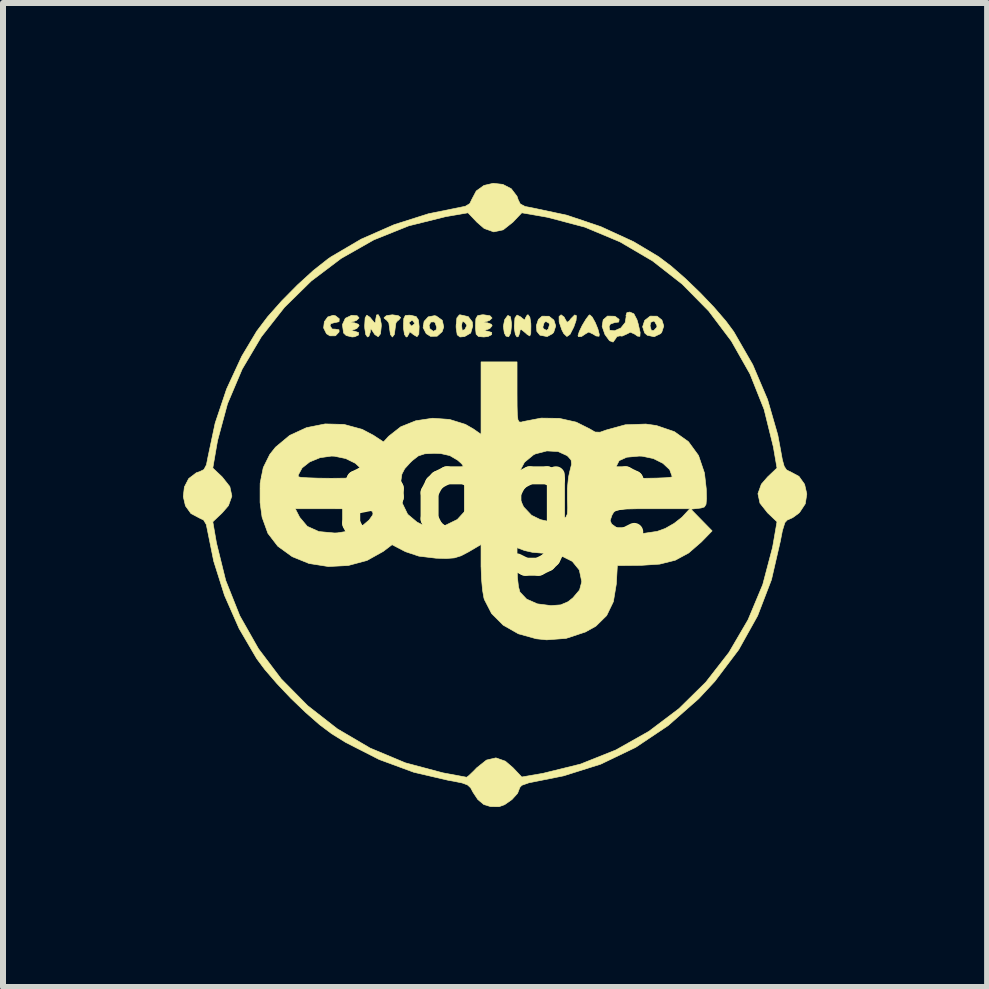
<source format=kicad_pcb>
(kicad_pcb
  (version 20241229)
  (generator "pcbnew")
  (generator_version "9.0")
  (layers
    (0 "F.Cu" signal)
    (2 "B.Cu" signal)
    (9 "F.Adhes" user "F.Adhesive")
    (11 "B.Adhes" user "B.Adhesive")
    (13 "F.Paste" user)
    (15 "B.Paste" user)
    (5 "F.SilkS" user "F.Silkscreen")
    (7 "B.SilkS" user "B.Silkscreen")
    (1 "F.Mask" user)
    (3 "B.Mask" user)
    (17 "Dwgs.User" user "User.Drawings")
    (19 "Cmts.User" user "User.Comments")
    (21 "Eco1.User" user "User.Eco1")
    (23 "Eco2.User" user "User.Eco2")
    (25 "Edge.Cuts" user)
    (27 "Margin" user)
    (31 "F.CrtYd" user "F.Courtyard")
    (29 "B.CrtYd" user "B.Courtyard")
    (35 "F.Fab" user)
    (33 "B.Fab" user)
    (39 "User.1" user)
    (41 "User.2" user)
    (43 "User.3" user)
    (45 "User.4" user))
  (footprint "edge"
    (layer "F.Cu")
    (at 5.199 5.199)
    (property "Reference" "edge" (at 0 0 0) (layer "F.SilkS") (effects (font (size 1.524 1.524) (thickness 0.3))))
    (attr through_hole)
    (fp_poly (pts (xy 0.26 -2.969) (xy 0.276 -2.865) (xy 0.277 -2.821) (xy 0.263 -2.697) (xy 0.229 -2.635) (xy 0.185 -2.647) (xy 0.157 -2.698) (xy 0.141 -2.809) (xy 0.162 -2.919) (xy 0.211 -2.987) (xy 0.219 -2.991) (xy 0.26 -2.969)) (stroke (width 0.01) (type solid)) (fill yes) (layer "F.SilkS"))
    (fp_poly (pts (xy 1.153 -2.965) (xy 1.174 -2.925) (xy 1.202 -2.877) (xy 1.24 -2.901) (xy 1.267 -2.937) (xy 1.33 -3) (xy 1.359 -2.987) (xy 1.353 -2.908) (xy 1.316 -2.801) (xy 1.253 -2.677) (xy 1.2 -2.64) (xy 1.147 -2.69) (xy 1.116 -2.75) (xy 1.071 -2.882) (xy 1.069 -2.973) (xy 1.103 -3.002) (xy 1.153 -2.965)) (stroke (width 0.01) (type solid)) (fill yes) (layer "F.SilkS"))
    (fp_poly (pts (xy 1.622 -2.964) (xy 1.673 -2.872) (xy 1.717 -2.765) (xy 1.74 -2.675) (xy 1.736 -2.644) (xy 1.686 -2.649) (xy 1.639 -2.679) (xy 1.564 -2.715) (xy 1.513 -2.686) (xy 1.444 -2.64) (xy 1.393 -2.637) (xy 1.385 -2.654) (xy 1.406 -2.722) (xy 1.455 -2.824) (xy 1.515 -2.924) (xy 1.565 -2.991) (xy 1.581 -3.002) (xy 1.622 -2.964)) (stroke (width 0.01) (type solid)) (fill yes) (layer "F.SilkS"))
    (fp_poly (pts (xy -2.656 -2.985) (xy -2.594 -2.936) (xy -2.598 -2.887) (xy -2.664 -2.872) (xy -2.667 -2.873) (xy -2.736 -2.854) (xy -2.748 -2.817) (xy -2.712 -2.765) (xy -2.662 -2.763) (xy -2.598 -2.752) (xy -2.597 -2.716) (xy -2.657 -2.652) (xy -2.749 -2.651) (xy -2.807 -2.686) (xy -2.855 -2.783) (xy -2.843 -2.886) (xy -2.786 -2.966) (xy -2.696 -2.994) (xy -2.656 -2.985)) (stroke (width 0.01) (type solid)) (fill yes) (layer "F.SilkS"))
    (fp_poly (pts (xy -1.611 -2.988) (xy -1.57 -2.956) (xy -1.57 -2.956) (xy -1.605 -2.911) (xy -1.616 -2.909) (xy -1.649 -2.869) (xy -1.663 -2.773) (xy -1.663 -2.771) (xy -1.676 -2.674) (xy -1.708 -2.632) (xy -1.709 -2.632) (xy -1.741 -2.672) (xy -1.755 -2.769) (xy -1.755 -2.771) (xy -1.768 -2.868) (xy -1.801 -2.909) (xy -1.801 -2.909) (xy -1.846 -2.945) (xy -1.847 -2.956) (xy -1.807 -2.988) (xy -1.71 -3.002) (xy -1.709 -3.002) (xy -1.611 -2.988)) (stroke (width 0.01) (type solid)) (fill yes) (layer "F.SilkS"))
    (fp_poly (pts (xy -0.976 -2.981) (xy -0.877 -2.91) (xy -0.853 -2.799) (xy -0.879 -2.721) (xy -0.963 -2.645) (xy -1.073 -2.643) (xy -1.145 -2.688) (xy -1.197 -2.789) (xy -1.191 -2.826) (xy -1.097 -2.826) (xy -1.085 -2.771) (xy -1.026 -2.726) (xy -0.978 -2.753) (xy -0.97 -2.791) (xy -0.996 -2.869) (xy -1.013 -2.884) (xy -1.068 -2.881) (xy -1.097 -2.826) (xy -1.191 -2.826) (xy -1.18 -2.892) (xy -1.111 -2.968) (xy -1.005 -2.988) (xy -0.976 -2.981)) (stroke (width 0.01) (type solid)) (fill yes) (layer "F.SilkS"))
    (fp_poly (pts (xy -0.444 -2.972) (xy -0.377 -2.883) (xy -0.369 -2.817) (xy -0.403 -2.698) (xy -0.506 -2.639) (xy -0.581 -2.632) (xy -0.628 -2.668) (xy -0.646 -2.782) (xy -0.647 -2.817) (xy -0.554 -2.817) (xy -0.545 -2.744) (xy -0.51 -2.751) (xy -0.499 -2.762) (xy -0.467 -2.825) (xy -0.499 -2.873) (xy -0.54 -2.895) (xy -0.554 -2.839) (xy -0.554 -2.817) (xy -0.647 -2.817) (xy -0.634 -2.949) (xy -0.593 -3) (xy -0.581 -3.002) (xy -0.444 -2.972)) (stroke (width 0.01) (type solid)) (fill yes) (layer "F.SilkS"))
    (fp_poly (pts (xy -2.295 -2.986) (xy -2.264 -2.95) (xy -2.307 -2.908) (xy -2.344 -2.895) (xy -2.401 -2.878) (xy -2.368 -2.87) (xy -2.344 -2.869) (xy -2.275 -2.844) (xy -2.263 -2.82) (xy -2.301 -2.774) (xy -2.344 -2.757) (xy -2.401 -2.739) (xy -2.368 -2.732) (xy -2.344 -2.73) (xy -2.272 -2.706) (xy -2.272 -2.666) (xy -2.337 -2.636) (xy -2.38 -2.632) (xy -2.478 -2.656) (xy -2.522 -2.698) (xy -2.542 -2.838) (xy -2.493 -2.944) (xy -2.39 -2.993) (xy -2.295 -2.986)) (stroke (width 0.01) (type solid)) (fill yes) (layer "F.SilkS"))
    (fp_poly (pts (xy 0.583 -2.961) (xy 0.599 -2.858) (xy 0.6 -2.81) (xy 0.598 -2.691) (xy 0.582 -2.65) (xy 0.541 -2.672) (xy 0.508 -2.702) (xy 0.441 -2.756) (xy 0.418 -2.746) (xy 0.416 -2.709) (xy 0.393 -2.643) (xy 0.369 -2.632) (xy 0.341 -2.673) (xy 0.324 -2.776) (xy 0.323 -2.817) (xy 0.334 -2.95) (xy 0.369 -2.998) (xy 0.433 -2.965) (xy 0.453 -2.946) (xy 0.498 -2.914) (xy 0.508 -2.946) (xy 0.538 -2.998) (xy 0.554 -3.002) (xy 0.583 -2.961)) (stroke (width 0.01) (type solid)) (fill yes) (layer "F.SilkS"))
    (fp_poly (pts (xy 0.901 -2.978) (xy 0.983 -2.914) (xy 1.014 -2.816) (xy 0.98 -2.71) (xy 0.961 -2.688) (xy 0.871 -2.639) (xy 0.753 -2.662) (xy 0.75 -2.663) (xy 0.699 -2.726) (xy 0.694 -2.797) (xy 0.799 -2.797) (xy 0.808 -2.771) (xy 0.859 -2.743) (xy 0.888 -2.763) (xy 0.91 -2.837) (xy 0.901 -2.863) (xy 0.849 -2.891) (xy 0.821 -2.871) (xy 0.799 -2.797) (xy 0.694 -2.797) (xy 0.692 -2.826) (xy 0.725 -2.925) (xy 0.787 -2.979) (xy 0.901 -2.978)) (stroke (width 0.01) (type solid)) (fill yes) (layer "F.SilkS"))
    (fp_poly (pts (xy 2.703 -2.979) (xy 2.784 -2.914) (xy 2.815 -2.815) (xy 2.781 -2.711) (xy 2.762 -2.688) (xy 2.654 -2.636) (xy 2.54 -2.661) (xy 2.496 -2.699) (xy 2.462 -2.802) (xy 2.467 -2.817) (xy 2.586 -2.817) (xy 2.607 -2.744) (xy 2.644 -2.736) (xy 2.698 -2.793) (xy 2.702 -2.817) (xy 2.665 -2.886) (xy 2.644 -2.898) (xy 2.598 -2.876) (xy 2.586 -2.817) (xy 2.467 -2.817) (xy 2.496 -2.908) (xy 2.586 -2.978) (xy 2.591 -2.98) (xy 2.703 -2.979)) (stroke (width 0.01) (type solid)) (fill yes) (layer "F.SilkS"))
    (fp_poly (pts (xy -1.914 -2.95) (xy -1.895 -2.853) (xy -1.893 -2.817) (xy -1.907 -2.685) (xy -1.945 -2.636) (xy -2.001 -2.672) (xy -2.028 -2.713) (xy -2.065 -2.769) (xy -2.076 -2.745) (xy -2.077 -2.713) (xy -2.1 -2.645) (xy -2.124 -2.632) (xy -2.153 -2.673) (xy -2.169 -2.776) (xy -2.171 -2.817) (xy -2.163 -2.95) (xy -2.135 -2.996) (xy -2.082 -2.96) (xy -2.05 -2.921) (xy -2.003 -2.865) (xy -1.989 -2.885) (xy -1.987 -2.921) (xy -1.973 -2.999) (xy -1.944 -3.004) (xy -1.914 -2.95)) (stroke (width 0.01) (type solid)) (fill yes) (layer "F.SilkS"))
    (fp_poly (pts (xy -0.082 -2.986) (xy -0.047 -2.948) (xy -0.09 -2.908) (xy -0.127 -2.895) (xy -0.184 -2.878) (xy -0.151 -2.87) (xy -0.127 -2.869) (xy -0.058 -2.844) (xy -0.046 -2.82) (xy -0.084 -2.774) (xy -0.127 -2.757) (xy -0.184 -2.739) (xy -0.151 -2.732) (xy -0.127 -2.73) (xy -0.053 -2.708) (xy -0.053 -2.672) (xy -0.115 -2.64) (xy -0.185 -2.632) (xy -0.274 -2.64) (xy -0.313 -2.679) (xy -0.323 -2.777) (xy -0.323 -2.817) (xy -0.318 -2.936) (xy -0.288 -2.988) (xy -0.214 -3.002) (xy -0.185 -3.002) (xy -0.082 -2.986)) (stroke (width 0.01) (type solid)) (fill yes) (layer "F.SilkS"))
    (fp_poly (pts (xy -1.397 -2.993) (xy -1.312 -2.972) (xy -1.274 -2.914) (xy -1.263 -2.806) (xy -1.268 -2.679) (xy -1.298 -2.637) (xy -1.361 -2.673) (xy -1.376 -2.688) (xy -1.422 -2.72) (xy -1.432 -2.688) (xy -1.462 -2.636) (xy -1.478 -2.632) (xy -1.507 -2.673) (xy -1.523 -2.776) (xy -1.524 -2.82) (xy -1.522 -2.863) (xy -1.432 -2.863) (xy -1.396 -2.818) (xy -1.385 -2.817) (xy -1.341 -2.852) (xy -1.339 -2.863) (xy -1.374 -2.908) (xy -1.385 -2.909) (xy -1.43 -2.874) (xy -1.432 -2.863) (xy -1.522 -2.863) (xy -1.519 -2.939) (xy -1.493 -2.99) (xy -1.428 -2.996) (xy -1.397 -2.993)) (stroke (width 0.01) (type solid)) (fill yes) (layer "F.SilkS"))
    (fp_poly (pts (xy 2.316 -3.019) (xy 2.368 -2.92) (xy 2.388 -2.852) (xy 2.421 -2.708) (xy 2.417 -2.642) (xy 2.375 -2.647) (xy 2.333 -2.678) (xy 2.258 -2.712) (xy 2.196 -2.68) (xy 2.119 -2.646) (xy 2.085 -2.651) (xy 2.034 -2.64) (xy 2.015 -2.609) (xy 1.97 -2.547) (xy 1.91 -2.57) (xy 1.834 -2.674) (xy 1.787 -2.81) (xy 1.805 -2.919) (xy 1.877 -2.981) (xy 1.993 -2.978) (xy 2.009 -2.972) (xy 2.071 -2.925) (xy 2.064 -2.881) (xy 1.999 -2.873) (xy 1.924 -2.847) (xy 1.903 -2.805) (xy 1.913 -2.745) (xy 1.99 -2.736) (xy 1.994 -2.736) (xy 2.099 -2.782) (xy 2.172 -2.873) (xy 2.188 -2.974) (xy 2.184 -2.988) (xy 2.2 -3.038) (xy 2.248 -3.048) (xy 2.316 -3.019)) (stroke (width 0.01) (type solid)) (fill yes) (layer "F.SilkS"))
    (fp_poly (pts (xy 0.132 -5.176) (xy 0.272 -5.104) (xy 0.369 -4.977) (xy 0.388 -4.92) (xy 0.423 -4.85) (xy 0.502 -4.808) (xy 0.635 -4.782) (xy 1.196 -4.663) (xy 1.766 -4.471) (xy 2.312 -4.22) (xy 2.73 -3.97) (xy 2.938 -3.813) (xy 3.175 -3.606) (xy 3.421 -3.369) (xy 3.654 -3.125) (xy 3.852 -2.895) (xy 3.981 -2.721) (xy 4.298 -2.17) (xy 4.545 -1.589) (xy 4.715 -1) (xy 4.758 -0.77) (xy 4.791 -0.587) (xy 4.822 -0.476) (xy 4.861 -0.417) (xy 4.914 -0.39) (xy 4.921 -0.388) (xy 5.068 -0.309) (xy 5.162 -0.177) (xy 5.199 -0.015) (xy 5.173 0.149) (xy 5.079 0.292) (xy 5.065 0.305) (xy 4.964 0.379) (xy 4.884 0.415) (xy 4.876 0.416) (xy 4.834 0.461) (xy 4.792 0.596) (xy 4.758 0.771) (xy 4.61 1.413) (xy 4.379 2.015) (xy 4.064 2.58) (xy 3.665 3.109) (xy 3.397 3.397) (xy 2.888 3.845) (xy 2.345 4.209) (xy 1.764 4.488) (xy 1.145 4.683) (xy 0.771 4.758) (xy 0.566 4.799) (xy 0.447 4.841) (xy 0.416 4.876) (xy 0.378 4.974) (xy 0.284 5.078) (xy 0.163 5.163) (xy 0.069 5.197) (xy -0.072 5.195) (xy -0.185 5.161) (xy -0.285 5.077) (xy -0.364 4.958) (xy -0.404 4.883) (xy -0.457 4.834) (xy -0.547 4.801) (xy -0.696 4.771) (xy -0.777 4.757) (xy -1.352 4.623) (xy -1.93 4.41) (xy -2.487 4.126) (xy -2.721 3.981) (xy -2.921 3.831) (xy -3.154 3.627) (xy -3.399 3.392) (xy -3.633 3.145) (xy -3.835 2.911) (xy -3.97 2.73) (xy -4.264 2.227) (xy -4.507 1.675) (xy -4.687 1.105) (xy -4.782 0.635) (xy -4.811 0.493) (xy -4.838 0.448) (xy -4.702 0.448) (xy -4.641 0.801) (xy -4.487 1.425) (xy -4.252 2.015) (xy -3.941 2.564) (xy -3.562 3.066) (xy -3.121 3.513) (xy -2.625 3.9) (xy -2.08 4.22) (xy -1.492 4.466) (xy -0.869 4.632) (xy -0.816 4.642) (xy -0.653 4.672) (xy -0.53 4.695) (xy -0.472 4.706) (xy -0.47 4.706) (xy -0.433 4.678) (xy -0.355 4.603) (xy -0.303 4.549) (xy -0.141 4.42) (xy 0.017 4.383) (xy 0.174 4.438) (xy 0.299 4.545) (xy 0.448 4.702) (xy 0.801 4.641) (xy 1.426 4.487) (xy 2.017 4.251) (xy 2.566 3.941) (xy 3.068 3.562) (xy 3.515 3.122) (xy 3.901 2.626) (xy 4.219 2.082) (xy 4.464 1.496) (xy 4.628 0.874) (xy 4.641 0.801) (xy 4.702 0.448) (xy 4.545 0.299) (xy 4.418 0.138) (xy 4.384 -0.02) (xy 4.441 -0.179) (xy 4.545 -0.299) (xy 4.702 -0.448) (xy 4.641 -0.801) (xy 4.487 -1.425) (xy 4.252 -2.015) (xy 3.941 -2.564) (xy 3.563 -3.065) (xy 3.123 -3.512) (xy 2.628 -3.899) (xy 2.084 -4.218) (xy 1.499 -4.463) (xy 0.878 -4.627) (xy 0.801 -4.641) (xy 0.448 -4.702) (xy 0.299 -4.545) (xy 0.138 -4.418) (xy -0.02 -4.384) (xy -0.179 -4.441) (xy -0.299 -4.545) (xy -0.448 -4.702) (xy -0.82 -4.638) (xy -1.435 -4.485) (xy -2.018 -4.251) (xy -2.562 -3.942) (xy -3.061 -3.565) (xy -3.507 -3.127) (xy -3.893 -2.635) (xy -4.212 -2.097) (xy -4.457 -1.519) (xy -4.622 -0.908) (xy -4.638 -0.82) (xy -4.702 -0.448) (xy -4.545 -0.299) (xy -4.418 -0.138) (xy -4.384 0.02) (xy -4.441 0.179) (xy -4.545 0.299) (xy -4.702 0.448) (xy -4.838 0.448) (xy -4.855 0.419) (xy -4.92 0.388) (xy -5.066 0.311) (xy -5.158 0.183) (xy -5.194 0.028) (xy -5.176 -0.132) (xy -5.104 -0.272) (xy -4.977 -0.369) (xy -4.92 -0.388) (xy -4.85 -0.423) (xy -4.808 -0.502) (xy -4.782 -0.635) (xy -4.663 -1.196) (xy -4.472 -1.765) (xy -4.22 -2.31) (xy -3.969 -2.73) (xy -3.789 -2.968) (xy -3.555 -3.232) (xy -3.293 -3.497) (xy -3.027 -3.74) (xy -2.781 -3.934) (xy -2.73 -3.969) (xy -2.229 -4.263) (xy -1.678 -4.505) (xy -1.108 -4.686) (xy -0.635 -4.782) (xy -0.493 -4.811) (xy -0.419 -4.855) (xy -0.388 -4.92) (xy -0.311 -5.066) (xy -0.183 -5.158) (xy -0.028 -5.194) (xy 0.132 -5.176)) (stroke (width 0.01) (type solid)) (fill yes) (layer "F.SilkS"))
    (fp_poly (pts (xy 0.369 -1.703) (xy 0.37 -1.48) (xy 0.374 -1.335) (xy 0.384 -1.252) (xy 0.405 -1.216) (xy 0.438 -1.213) (xy 0.473 -1.223) (xy 0.77 -1.28) (xy 1.073 -1.276) (xy 1.355 -1.213) (xy 1.577 -1.102) (xy 1.67 -1.048) (xy 1.753 -1.045) (xy 1.854 -1.081) (xy 2.174 -1.169) (xy 2.516 -1.181) (xy 2.693 -1.156) (xy 2.992 -1.054) (xy 3.226 -0.887) (xy 3.394 -0.657) (xy 3.493 -0.365) (xy 3.523 -0.101) (xy 3.527 0.063) (xy 3.519 0.157) (xy 3.492 0.201) (xy 3.438 0.218) (xy 3.4 0.223) (xy 3.267 0.238) (xy 3.444 0.419) (xy 3.621 0.6) (xy 3.442 0.784) (xy 3.23 0.968) (xy 3.006 1.089) (xy 2.746 1.154) (xy 2.441 1.174) (xy 2.041 1.178) (xy 2.024 1.483) (xy 1.975 1.779) (xy 1.863 2.011) (xy 1.683 2.188) (xy 1.509 2.285) (xy 1.185 2.392) (xy 0.862 2.416) (xy 0.689 2.398) (xy 0.391 2.315) (xy 0.138 2.171) (xy -0.055 1.978) (xy -0.175 1.745) (xy -0.183 1.719) (xy -0.206 1.587) (xy -0.223 1.401) (xy -0.23 1.205) (xy 0.369 1.205) (xy 0.376 1.381) (xy 0.393 1.53) (xy 0.417 1.619) (xy 0.529 1.737) (xy 0.708 1.816) (xy 0.934 1.845) (xy 0.934 1.845) (xy 1.096 1.833) (xy 1.218 1.781) (xy 1.3 1.716) (xy 1.411 1.585) (xy 1.447 1.45) (xy 1.447 1.443) (xy 1.407 1.252) (xy 1.29 1.108) (xy 1.101 1.013) (xy 0.845 0.972) (xy 0.777 0.97) (xy 0.626 0.957) (xy 0.493 0.927) (xy 0.488 0.925) (xy 0.369 0.88) (xy 0.369 1.205) (xy -0.23 1.205) (xy -0.231 1.2) (xy -0.231 1.187) (xy -0.231 0.827) (xy -0.44 0.95) (xy -0.564 1.015) (xy -0.676 1.05) (xy -0.811 1.06) (xy -0.982 1.055) (xy -1.267 1.021) (xy -1.489 0.947) (xy -1.515 0.934) (xy -1.714 0.83) (xy -1.861 0.942) (xy -2.132 1.093) (xy -2.445 1.177) (xy -2.775 1.194) (xy -3.099 1.143) (xy -3.379 1.029) (xy -3.619 0.855) (xy -3.784 0.64) (xy -3.881 0.371) (xy -3.9 0.231) (xy -3.327 0.231) (xy -3.254 0.373) (xy -3.127 0.524) (xy -2.934 0.611) (xy -2.673 0.635) (xy -2.625 0.633) (xy -2.387 0.595) (xy -2.2 0.506) (xy -2.198 0.505) (xy -2.096 0.418) (xy -2.037 0.335) (xy -2.032 0.312) (xy -2.04 0.28) (xy -2.072 0.257) (xy -2.144 0.243) (xy -2.268 0.235) (xy -2.458 0.232) (xy -2.68 0.231) (xy -3.327 0.231) (xy -3.9 0.231) (xy -3.914 0.126) (xy -3.914 -0.103) (xy -1.57 -0.103) (xy -1.542 0.142) (xy -1.454 0.323) (xy -1.299 0.453) (xy -1.228 0.489) (xy -1.112 0.535) (xy -1.023 0.548) (xy -0.918 0.532) (xy -0.823 0.506) (xy -0.627 0.41) (xy -0.487 0.257) (xy -0.406 0.067) (xy -0.387 -0.139) (xy -0.397 -0.179) (xy 0.371 -0.179) (xy 0.397 0.019) (xy 0.478 0.199) (xy 0.611 0.34) (xy 0.759 0.412) (xy 0.872 0.437) (xy 0.974 0.435) (xy 0.998 0.429) (xy 1.921 0.429) (xy 1.946 0.486) (xy 2.037 0.551) (xy 2.044 0.555) (xy 2.235 0.625) (xy 2.467 0.643) (xy 2.705 0.608) (xy 2.84 0.559) (xy 2.987 0.475) (xy 3.116 0.374) (xy 3.137 0.352) (xy 3.249 0.231) (xy 2.625 0.231) (xy 2.374 0.231) (xy 2.2 0.235) (xy 2.087 0.243) (xy 2.019 0.26) (xy 1.981 0.288) (xy 1.956 0.329) (xy 1.948 0.347) (xy 1.921 0.429) (xy 0.998 0.429) (xy 1.111 0.403) (xy 1.131 0.397) (xy 1.182 0.372) (xy 1.207 0.32) (xy 1.213 0.216) (xy 1.208 0.084) (xy 1.208 -0.106) (xy 1.226 -0.291) (xy 1.247 -0.388) (xy 1.268 -0.472) (xy 2.021 -0.472) (xy 2.023 -0.412) (xy 2.042 -0.277) (xy 2.499 -0.277) (xy 2.692 -0.28) (xy 2.844 -0.286) (xy 2.937 -0.296) (xy 2.956 -0.303) (xy 2.913 -0.421) (xy 2.801 -0.526) (xy 2.641 -0.606) (xy 2.455 -0.645) (xy 2.406 -0.647) (xy 2.198 -0.628) (xy 2.071 -0.571) (xy 2.021 -0.472) (xy 1.268 -0.472) (xy 1.278 -0.51) (xy 1.27 -0.582) (xy 1.218 -0.641) (xy 1.2 -0.656) (xy 1.052 -0.723) (xy 0.866 -0.733) (xy 0.677 -0.684) (xy 0.645 -0.669) (xy 0.493 -0.544) (xy 0.402 -0.373) (xy 0.371 -0.179) (xy -0.397 -0.179) (xy -0.435 -0.341) (xy -0.554 -0.519) (xy -0.62 -0.578) (xy -0.751 -0.655) (xy -0.902 -0.689) (xy -1.013 -0.693) (xy -1.169 -0.685) (xy -1.276 -0.65) (xy -1.376 -0.572) (xy -1.413 -0.536) (xy -1.503 -0.437) (xy -1.55 -0.347) (xy -1.568 -0.229) (xy -1.57 -0.103) (xy -3.914 -0.103) (xy -3.913 -0.194) (xy -3.892 -0.303) (xy -3.279 -0.303) (xy -3.236 -0.293) (xy -3.118 -0.285) (xy -2.944 -0.279) (xy -2.73 -0.277) (xy -2.725 -0.277) (xy -2.511 -0.279) (xy -2.335 -0.285) (xy -2.216 -0.293) (xy -2.171 -0.303) (xy -2.171 -0.303) (xy -2.213 -0.421) (xy -2.326 -0.527) (xy -2.487 -0.606) (xy -2.675 -0.645) (xy -2.725 -0.647) (xy -2.915 -0.62) (xy -3.086 -0.55) (xy -3.213 -0.45) (xy -3.276 -0.334) (xy -3.279 -0.303) (xy -3.892 -0.303) (xy -3.861 -0.455) (xy -3.752 -0.675) (xy -3.657 -0.795) (xy -3.422 -0.991) (xy -3.14 -1.121) (xy -2.83 -1.183) (xy -2.515 -1.175) (xy -2.213 -1.093) (xy -2.025 -0.994) (xy -1.857 -0.883) (xy -1.771 -0.977) (xy -1.57 -1.135) (xy -1.318 -1.236) (xy -1.039 -1.278) (xy -0.756 -1.258) (xy -0.492 -1.176) (xy -0.358 -1.099) (xy -0.231 -1.01) (xy -0.231 -2.217) (xy 0.369 -2.217) (xy 0.369 -1.703)) (stroke (width 0.01) (type solid)) (fill yes) (layer "F.SilkS")))
  (gr_rect
    (start -3 -3)
    (end 13.403 13.401)
    (stroke (width 0.1) (type default))
    (fill no)
    (layer "Edge.Cuts")))
</source>
